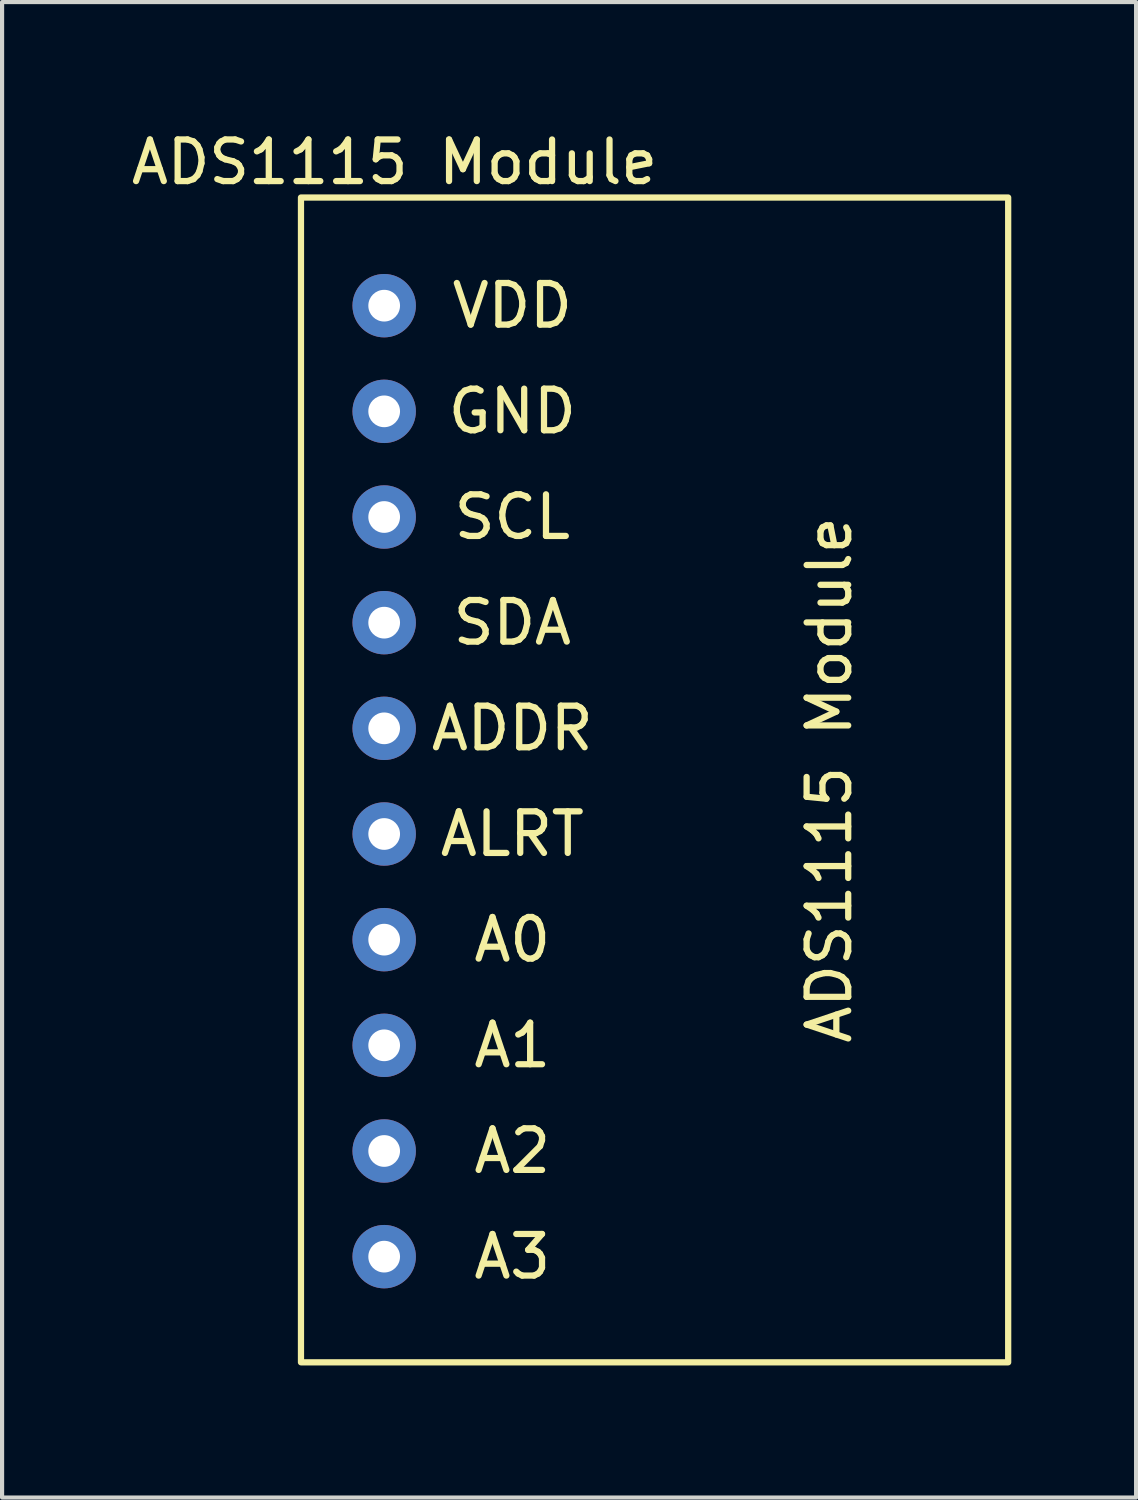
<source format=kicad_pcb>
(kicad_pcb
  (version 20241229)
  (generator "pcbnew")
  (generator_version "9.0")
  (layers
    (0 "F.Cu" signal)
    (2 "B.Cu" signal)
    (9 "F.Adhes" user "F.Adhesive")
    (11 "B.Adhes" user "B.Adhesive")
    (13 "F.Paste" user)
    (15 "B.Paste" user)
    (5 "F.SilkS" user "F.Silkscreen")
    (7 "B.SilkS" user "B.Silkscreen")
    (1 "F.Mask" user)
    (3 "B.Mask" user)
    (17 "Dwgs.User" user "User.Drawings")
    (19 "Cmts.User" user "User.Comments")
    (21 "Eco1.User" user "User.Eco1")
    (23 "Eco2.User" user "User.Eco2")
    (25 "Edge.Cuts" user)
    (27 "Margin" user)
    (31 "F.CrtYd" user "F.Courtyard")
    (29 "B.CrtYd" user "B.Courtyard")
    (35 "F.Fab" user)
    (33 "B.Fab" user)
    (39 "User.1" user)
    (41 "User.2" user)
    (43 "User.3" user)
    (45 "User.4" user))
  (footprint "ADS1115 Module"
    (layer "F.Cu")
    (at 4.185 29.698)
    (property "Reference" "ADS1115 Module" (at 2.25 -28.85 0) (unlocked yes) (layer "F.SilkS") (effects (font (size 1 1) (thickness 0.15))))
    (attr through_hole)
    (fp_rect (start 0 0) (end 17 -28) (stroke (width 0.15) (type solid)) (fill no) (layer "F.SilkS"))
    (fp_text user "A3" (at 5.08 -2.54 0) (unlocked yes) (layer "F.SilkS") (effects (font (size 1 1) (thickness 0.15))))
    (fp_text user "A0" (at 5.08 -10.16 0) (unlocked yes) (layer "F.SilkS") (effects (font (size 1 1) (thickness 0.15))))
    (fp_text user "GND" (at 5.08 -22.86 0) (unlocked yes) (layer "F.SilkS") (effects (font (size 1 1) (thickness 0.15))))
    (fp_text user "SDA" (at 5.08 -17.78 0) (unlocked yes) (layer "F.SilkS") (effects (font (size 1 1) (thickness 0.15))))
    (fp_text user "SCL" (at 5.08 -20.32 0) (unlocked yes) (layer "F.SilkS") (effects (font (size 1 1) (thickness 0.15))))
    (fp_text user "ADS1115 Module" (at 12.7 -14 90) (unlocked yes) (layer "F.SilkS") (effects (font (size 1 1) (thickness 0.15))))
    (fp_text user "ADDR" (at 5.08 -15.24 0) (unlocked yes) (layer "F.SilkS") (effects (font (size 1 1) (thickness 0.15))))
    (fp_text user "VDD" (at 5.08 -25.4 0) (unlocked yes) (layer "F.SilkS") (effects (font (size 1 1) (thickness 0.15))))
    (fp_text user "A1" (at 5.08 -7.62 0) (unlocked yes) (layer "F.SilkS") (effects (font (size 1 1) (thickness 0.15))))
    (fp_text user "ALRT" (at 5.08 -12.7 0) (unlocked yes) (layer "F.SilkS") (effects (font (size 1 1) (thickness 0.15))))
    (fp_text user "A2" (at 5.08 -5.08 0) (unlocked yes) (layer "F.SilkS") (effects (font (size 1 1) (thickness 0.15))))
    (pad "1" thru_hole circle (at 2 -25.4) (size 1.524 1.524) (drill 0.762) (layers "*.Cu" "*.Mask"))
    (pad "2" thru_hole circle (at 2 -22.86) (size 1.524 1.524) (drill 0.762) (layers "*.Cu" "*.Mask"))
    (pad "3" thru_hole circle (at 2 -20.32) (size 1.524 1.524) (drill 0.762) (layers "*.Cu" "*.Mask"))
    (pad "4" thru_hole circle (at 2 -17.78) (size 1.524 1.524) (drill 0.762) (layers "*.Cu" "*.Mask"))
    (pad "5" thru_hole circle (at 2 -15.24) (size 1.524 1.524) (drill 0.762) (layers "*.Cu" "*.Mask"))
    (pad "6" thru_hole circle (at 2 -12.7) (size 1.524 1.524) (drill 0.762) (layers "*.Cu" "*.Mask"))
    (pad "7" thru_hole circle (at 2 -10.16) (size 1.524 1.524) (drill 0.762) (layers "*.Cu" "*.Mask"))
    (pad "8" thru_hole circle (at 2 -7.62) (size 1.524 1.524) (drill 0.762) (layers "*.Cu" "*.Mask"))
    (pad "9" thru_hole circle (at 2 -5.08) (size 1.524 1.524) (drill 0.762) (layers "*.Cu" "*.Mask"))
    (pad "10" thru_hole circle (at 2 -2.54) (size 1.524 1.524) (drill 0.762) (layers "*.Cu" "*.Mask")))
  (gr_rect
    (start -3 -3)
    (end 24.26 32.948)
    (stroke (width 0.1) (type default))
    (fill no)
    (layer "Edge.Cuts")))
</source>
